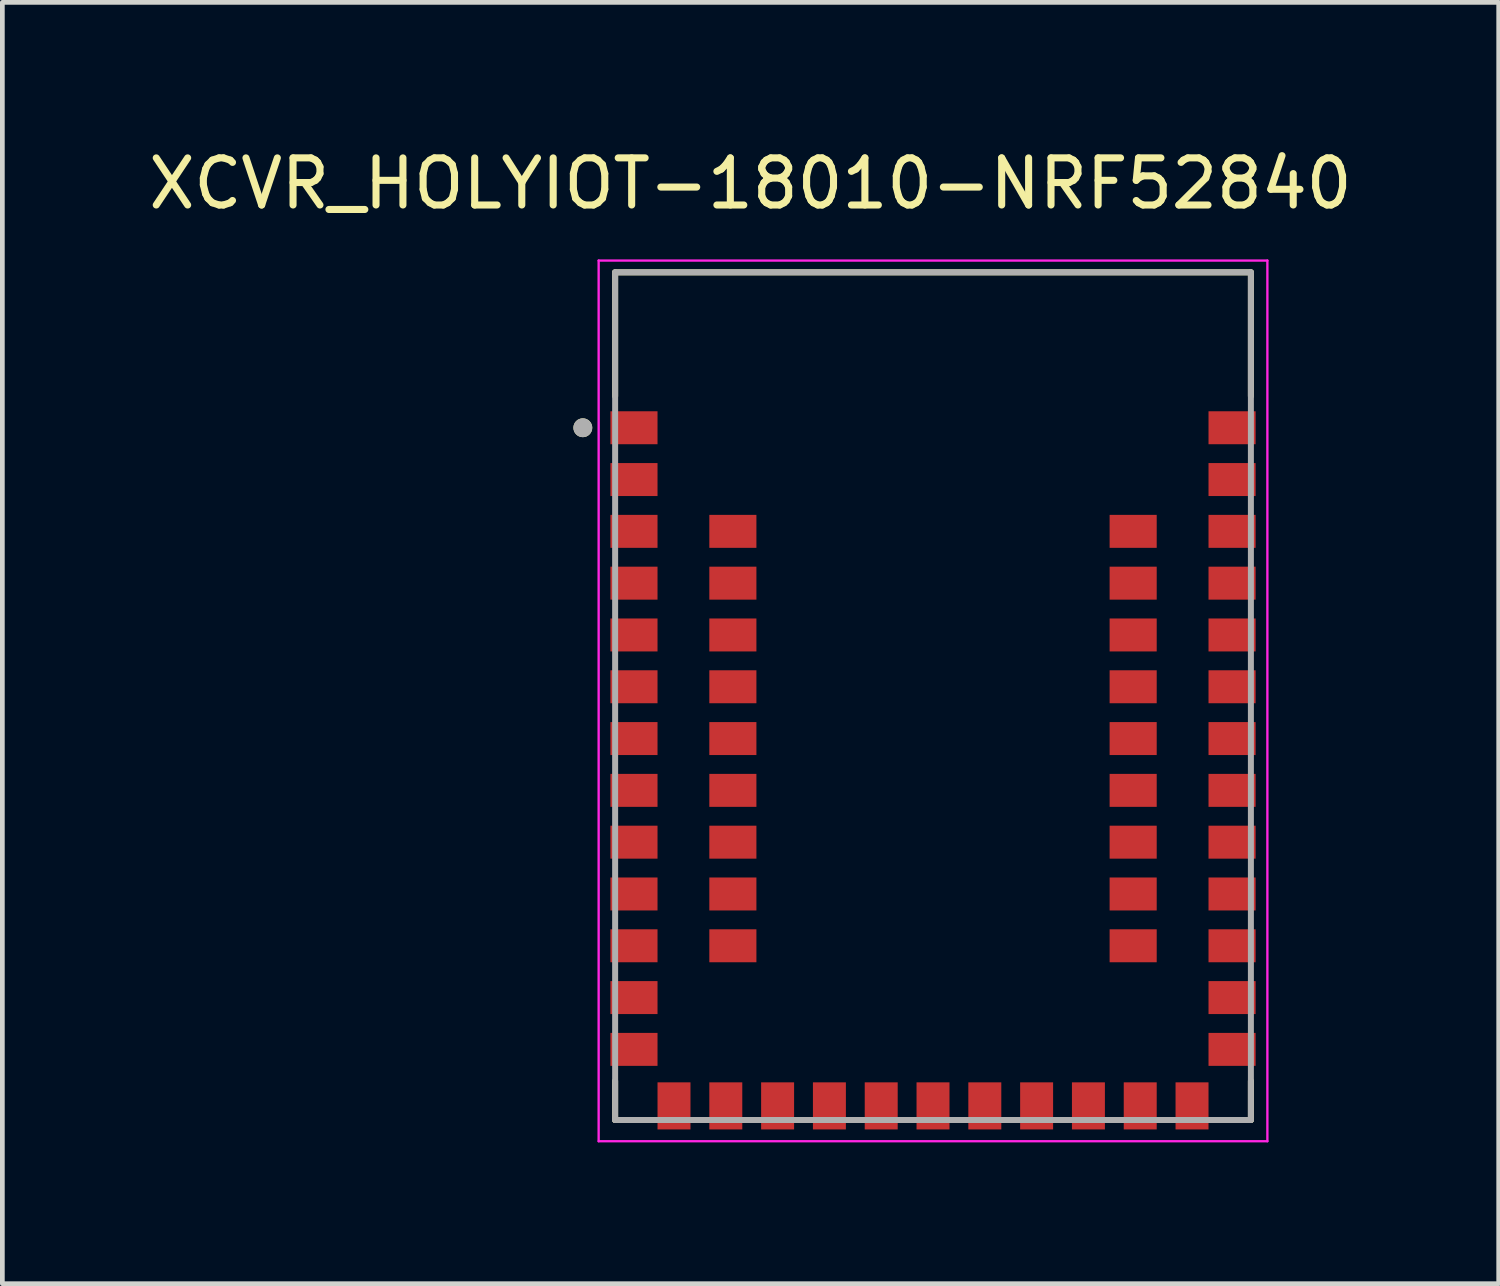
<source format=kicad_pcb>
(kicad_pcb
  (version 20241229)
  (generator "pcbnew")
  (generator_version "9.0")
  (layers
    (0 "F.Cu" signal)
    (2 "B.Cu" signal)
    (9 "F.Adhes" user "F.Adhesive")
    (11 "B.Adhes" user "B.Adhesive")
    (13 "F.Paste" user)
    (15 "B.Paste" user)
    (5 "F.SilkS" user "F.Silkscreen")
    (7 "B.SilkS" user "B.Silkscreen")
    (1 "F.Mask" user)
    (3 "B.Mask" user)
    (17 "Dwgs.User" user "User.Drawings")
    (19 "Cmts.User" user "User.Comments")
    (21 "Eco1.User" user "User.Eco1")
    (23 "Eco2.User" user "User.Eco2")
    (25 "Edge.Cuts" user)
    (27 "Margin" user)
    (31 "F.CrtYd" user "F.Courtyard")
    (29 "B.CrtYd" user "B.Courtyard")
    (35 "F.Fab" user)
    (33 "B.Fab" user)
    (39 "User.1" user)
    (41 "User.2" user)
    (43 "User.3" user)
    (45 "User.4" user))
  (footprint "XCVR_HOLYIOT-18010-NRF52840"
    (layer "F.Cu")
    (at 16.762 11.733)
    (property "Reference" "XCVR_HOLYIOT-18010-NRF52840" (at -3.875 -10.885 0) (layer "F.SilkS") (effects (font (size 1 1) (thickness 0.15))))
    (attr smd)
    (fp_line (start -6.75 -9) (end 6.75 -9) (stroke (width 0.127) (type solid)) (layer "F.SilkS"))
    (fp_line (start -6.75 -6.37) (end -6.75 -9) (stroke (width 0.127) (type solid)) (layer "F.SilkS"))
    (fp_line (start -6.75 9) (end -6.75 8.17) (stroke (width 0.127) (type solid)) (layer "F.SilkS"))
    (fp_line (start -6.17 9) (end -6.75 9) (stroke (width 0.127) (type solid)) (layer "F.SilkS"))
    (fp_line (start 6.75 -9) (end 6.75 -6.37) (stroke (width 0.127) (type solid)) (layer "F.SilkS"))
    (fp_line (start 6.75 9) (end 6.17 9) (stroke (width 0.127) (type solid)) (layer "F.SilkS"))
    (fp_line (start 6.75 9) (end 6.75 8.17) (stroke (width 0.127) (type solid)) (layer "F.SilkS"))
    (fp_circle (center -7.436 -5.7) (end -7.336 -5.7) (stroke (width 0.2) (type solid)) (fill no) (layer "F.SilkS"))
    (fp_line (start -7.1 -9.25) (end -7.1 9.45) (stroke (width 0.05) (type solid)) (layer "F.CrtYd"))
    (fp_line (start -7.1 9.45) (end 7.1 9.45) (stroke (width 0.05) (type solid)) (layer "F.CrtYd"))
    (fp_line (start 7.1 -9.25) (end -7.1 -9.25) (stroke (width 0.05) (type solid)) (layer "F.CrtYd"))
    (fp_line (start 7.1 9.45) (end 7.1 -9.25) (stroke (width 0.05) (type solid)) (layer "F.CrtYd"))
    (fp_line (start -6.75 -9) (end 6.75 -9) (stroke (width 0.127) (type solid)) (layer "F.Fab"))
    (fp_line (start -6.75 9) (end -6.75 -9) (stroke (width 0.127) (type solid)) (layer "F.Fab"))
    (fp_line (start 6.75 -9) (end 6.75 9) (stroke (width 0.127) (type solid)) (layer "F.Fab"))
    (fp_line (start 6.75 9) (end -6.75 9) (stroke (width 0.127) (type solid)) (layer "F.Fab"))
    (fp_circle (center -7.436 -5.7) (end -7.336 -5.7) (stroke (width 0.2) (type solid)) (fill no) (layer "F.Fab"))
    (pad "1" smd rect (at -6.35 -5.7) (size 1 0.7) (layers "F.Cu" "F.Mask" "F.Paste"))
    (pad "2" smd rect (at -6.35 -4.6) (size 1 0.7) (layers "F.Cu" "F.Mask" "F.Paste"))
    (pad "3" smd rect (at -6.35 -3.5) (size 1 0.7) (layers "F.Cu" "F.Mask" "F.Paste"))
    (pad "4" smd rect (at -6.35 -2.4) (size 1 0.7) (layers "F.Cu" "F.Mask" "F.Paste"))
    (pad "5" smd rect (at -6.35 -1.3) (size 1 0.7) (layers "F.Cu" "F.Mask" "F.Paste"))
    (pad "6" smd rect (at -6.35 -0.2) (size 1 0.7) (layers "F.Cu" "F.Mask" "F.Paste"))
    (pad "7" smd rect (at -6.35 0.9) (size 1 0.7) (layers "F.Cu" "F.Mask" "F.Paste"))
    (pad "8" smd rect (at -6.35 2) (size 1 0.7) (layers "F.Cu" "F.Mask" "F.Paste"))
    (pad "9" smd rect (at -6.35 3.1) (size 1 0.7) (layers "F.Cu" "F.Mask" "F.Paste"))
    (pad "10" smd rect (at -6.35 4.2) (size 1 0.7) (layers "F.Cu" "F.Mask" "F.Paste"))
    (pad "11" smd rect (at -6.35 5.3) (size 1 0.7) (layers "F.Cu" "F.Mask" "F.Paste"))
    (pad "12" smd rect (at -6.35 6.4) (size 1 0.7) (layers "F.Cu" "F.Mask" "F.Paste"))
    (pad "13" smd rect (at -6.35 7.5) (size 1 0.7) (layers "F.Cu" "F.Mask" "F.Paste"))
    (pad "14" smd rect (at -5.5 8.7) (size 0.7 1) (layers "F.Cu" "F.Mask" "F.Paste"))
    (pad "15" smd rect (at -4.4 8.7) (size 0.7 1) (layers "F.Cu" "F.Mask" "F.Paste"))
    (pad "16" smd rect (at -3.3 8.7) (size 0.7 1) (layers "F.Cu" "F.Mask" "F.Paste"))
    (pad "17" smd rect (at -2.2 8.7) (size 0.7 1) (layers "F.Cu" "F.Mask" "F.Paste"))
    (pad "18" smd rect (at -1.1 8.7) (size 0.7 1) (layers "F.Cu" "F.Mask" "F.Paste"))
    (pad "19" smd rect (at 0 8.7) (size 0.7 1) (layers "F.Cu" "F.Mask" "F.Paste"))
    (pad "20" smd rect (at 1.1 8.7) (size 0.7 1) (layers "F.Cu" "F.Mask" "F.Paste"))
    (pad "21" smd rect (at 2.2 8.7) (size 0.7 1) (layers "F.Cu" "F.Mask" "F.Paste"))
    (pad "22" smd rect (at 3.3 8.7) (size 0.7 1) (layers "F.Cu" "F.Mask" "F.Paste"))
    (pad "23" smd rect (at 4.4 8.7) (size 0.7 1) (layers "F.Cu" "F.Mask" "F.Paste"))
    (pad "24" smd rect (at 5.5 8.7) (size 0.7 1) (layers "F.Cu" "F.Mask" "F.Paste"))
    (pad "25" smd rect (at 6.35 7.5) (size 1 0.7) (layers "F.Cu" "F.Mask" "F.Paste"))
    (pad "26" smd rect (at 6.35 6.4) (size 1 0.7) (layers "F.Cu" "F.Mask" "F.Paste"))
    (pad "27" smd rect (at 6.35 5.3) (size 1 0.7) (layers "F.Cu" "F.Mask" "F.Paste"))
    (pad "28" smd rect (at 6.35 4.2) (size 1 0.7) (layers "F.Cu" "F.Mask" "F.Paste"))
    (pad "29" smd rect (at 6.35 3.1) (size 1 0.7) (layers "F.Cu" "F.Mask" "F.Paste"))
    (pad "30" smd rect (at 6.35 2) (size 1 0.7) (layers "F.Cu" "F.Mask" "F.Paste"))
    (pad "31" smd rect (at 6.35 0.9) (size 1 0.7) (layers "F.Cu" "F.Mask" "F.Paste"))
    (pad "32" smd rect (at 6.35 -0.2) (size 1 0.7) (layers "F.Cu" "F.Mask" "F.Paste"))
    (pad "33" smd rect (at 6.35 -1.3) (size 1 0.7) (layers "F.Cu" "F.Mask" "F.Paste"))
    (pad "34" smd rect (at 6.35 -2.4) (size 1 0.7) (layers "F.Cu" "F.Mask" "F.Paste"))
    (pad "35" smd rect (at 6.35 -3.5) (size 1 0.7) (layers "F.Cu" "F.Mask" "F.Paste"))
    (pad "36" smd rect (at 6.35 -4.6) (size 1 0.7) (layers "F.Cu" "F.Mask" "F.Paste"))
    (pad "37" smd rect (at 6.35 -5.7) (size 1 0.7) (layers "F.Cu" "F.Mask" "F.Paste"))
    (pad "38" smd rect (at -4.25 -3.5) (size 1 0.7) (layers "F.Cu" "F.Mask" "F.Paste"))
    (pad "39" smd rect (at -4.25 -2.4) (size 1 0.7) (layers "F.Cu" "F.Mask" "F.Paste"))
    (pad "40" smd rect (at -4.25 -1.3) (size 1 0.7) (layers "F.Cu" "F.Mask" "F.Paste"))
    (pad "41" smd rect (at -4.25 -0.2) (size 1 0.7) (layers "F.Cu" "F.Mask" "F.Paste"))
    (pad "42" smd rect (at -4.25 0.9) (size 1 0.7) (layers "F.Cu" "F.Mask" "F.Paste"))
    (pad "43" smd rect (at -4.25 2) (size 1 0.7) (layers "F.Cu" "F.Mask" "F.Paste"))
    (pad "44" smd rect (at -4.25 3.1) (size 1 0.7) (layers "F.Cu" "F.Mask" "F.Paste"))
    (pad "45" smd rect (at -4.25 4.2) (size 1 0.7) (layers "F.Cu" "F.Mask" "F.Paste"))
    (pad "46" smd rect (at -4.25 5.3) (size 1 0.7) (layers "F.Cu" "F.Mask" "F.Paste"))
    (pad "47" smd rect (at 4.25 -3.5) (size 1 0.7) (layers "F.Cu" "F.Mask" "F.Paste"))
    (pad "48" smd rect (at 4.25 -2.4) (size 1 0.7) (layers "F.Cu" "F.Mask" "F.Paste"))
    (pad "49" smd rect (at 4.25 -1.3) (size 1 0.7) (layers "F.Cu" "F.Mask" "F.Paste"))
    (pad "50" smd rect (at 4.25 -0.2) (size 1 0.7) (layers "F.Cu" "F.Mask" "F.Paste"))
    (pad "51" smd rect (at 4.25 0.9) (size 1 0.7) (layers "F.Cu" "F.Mask" "F.Paste"))
    (pad "52" smd rect (at 4.25 2) (size 1 0.7) (layers "F.Cu" "F.Mask" "F.Paste"))
    (pad "53" smd rect (at 4.25 3.1) (size 1 0.7) (layers "F.Cu" "F.Mask" "F.Paste"))
    (pad "54" smd rect (at 4.25 4.2) (size 1 0.7) (layers "F.Cu" "F.Mask" "F.Paste"))
    (pad "55" smd rect (at 4.25 5.3) (size 1 0.7) (layers "F.Cu" "F.Mask" "F.Paste"))
    (zone (net_name "") (layer "F.Cu") (hatch full 0.508) (connect_pads) (min_thickness 0.01) (filled_areas_thickness no) (keepout (tracks not_allowed) (vias not_allowed) (pads not_allowed) (copperpour not_allowed) (footprints allowed)) (placement (enabled no)) (fill) (polygon (pts (xy 9.962 2.733) (xy 23.562 2.733) (xy 23.562 5.683) (xy 9.962 5.683))))
    (zone (net_name "") (layers "F.Cu" "B.Cu") (hatch full 0.508) (connect_pads) (min_thickness 0.01) (filled_areas_thickness no) (keepout (tracks allowed) (vias not_allowed) (pads allowed) (copperpour allowed) (footprints allowed)) (placement (enabled no)) (fill) (polygon (pts (xy 9.962 2.733) (xy 23.562 2.733) (xy 23.562 5.683) (xy 9.962 5.683))))
    (zone (net_name "") (layer "B.Cu") (hatch full 0.508) (connect_pads) (min_thickness 0.01) (filled_areas_thickness no) (keepout (tracks not_allowed) (vias not_allowed) (pads not_allowed) (copperpour not_allowed) (footprints allowed)) (placement (enabled no)) (fill) (polygon (pts (xy 9.962 2.733) (xy 23.562 2.733) (xy 23.562 5.683) (xy 9.962 5.683)))))
  (gr_rect
    (start -3 -3)
    (end 28.774 24.208)
    (stroke (width 0.1) (type default))
    (fill no)
    (layer "Edge.Cuts")))
</source>
